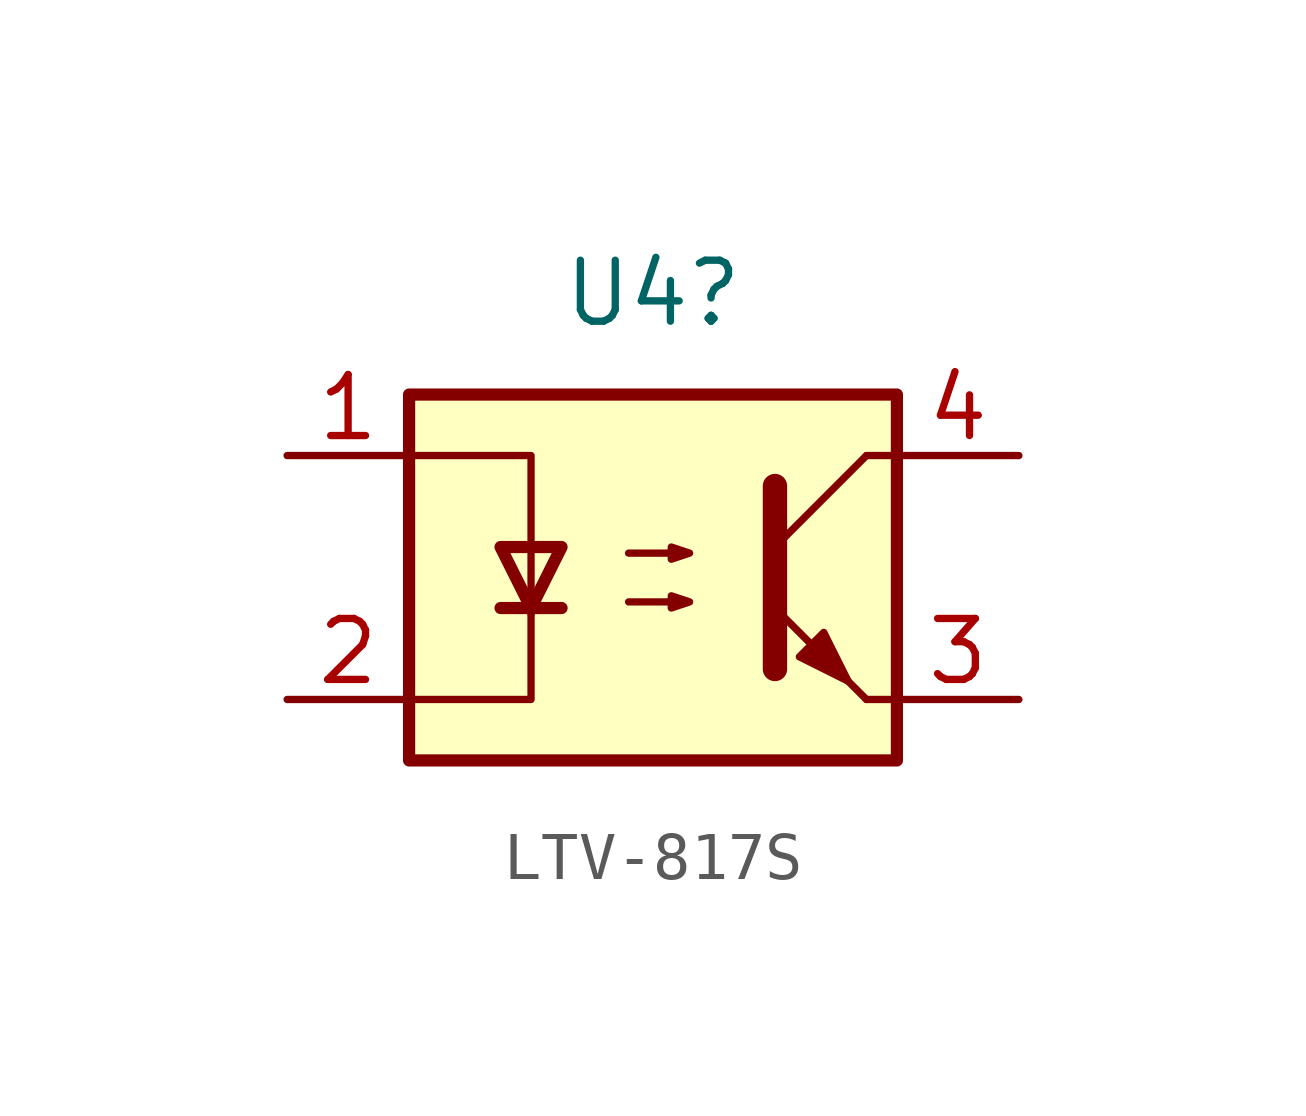
<source format=kicad_sym>
(kicad_symbol_lib
  (version 20211014)
  (generator kicad_symbol_editor)
  (symbol "LTV-817S"
    (pin_names
      (offset 1.016))
    (property "Reference" "U4"
      (at 0 5.918 0)
      (effects (font (size 1.27 1.27))))
    (symbol "LTV-817S_1_1"
      (rectangle (start -5.08 3.81) (end 5.08 -3.81) (stroke (width 0.254) (type default) (color 0 0 0 0)) (fill (type background)))
      (polyline (pts (xy -3.175 -0.635) (xy -1.905 -0.635)) (stroke (width 0.254) (type default) (color 0 0 0 0)) (fill (type none)))
      (polyline (pts (xy 2.54 0.635) (xy 4.445 2.54)) (stroke (width 0) (type default) (color 0 0 0 0)) (fill (type none)))
      (polyline (pts (xy 4.445 -2.54) (xy 2.54 -0.635)) (stroke (width 0) (type default) (color 0 0 0 0)) (fill (type outline)))
      (polyline (pts (xy 4.445 -2.54) (xy 5.08 -2.54)) (stroke (width 0) (type default) (color 0 0 0 0)) (fill (type none)))
      (polyline (pts (xy 4.445 2.54) (xy 5.08 2.54)) (stroke (width 0) (type default) (color 0 0 0 0)) (fill (type none)))
      (polyline (pts (xy -5.08 2.54) (xy -2.54 2.54) (xy -2.54 -0.762)) (stroke (width 0) (type default) (color 0 0 0 0)) (fill (type none)))
      (polyline (pts (xy -2.54 -0.635) (xy -2.54 -2.54) (xy -5.08 -2.54)) (stroke (width 0) (type default) (color 0 0 0 0)) (fill (type none)))
      (polyline (pts (xy 2.54 1.905) (xy 2.54 -1.905) (xy 2.54 -1.905)) (stroke (width 0.508) (type default) (color 0 0 0 0)) (fill (type none)))
      (polyline (pts (xy -2.54 -0.635) (xy -3.175 0.635) (xy -1.905 0.635) (xy -2.54 -0.635)) (stroke (width 0.254) (type default) (color 0 0 0 0)) (fill (type none)))
      (polyline (pts (xy -0.508 -0.508) (xy 0.762 -0.508) (xy 0.381 -0.635) (xy 0.381 -0.381) (xy 0.762 -0.508)) (stroke (width 0) (type default) (color 0 0 0 0)) (fill (type none)))
      (polyline (pts (xy -0.508 0.508) (xy 0.762 0.508) (xy 0.381 0.381) (xy 0.381 0.635) (xy 0.762 0.508)) (stroke (width 0) (type default) (color 0 0 0 0)) (fill (type none)))
      (polyline (pts (xy 3.048 -1.651) (xy 3.556 -1.143) (xy 4.064 -2.159) (xy 3.048 -1.651) (xy 3.048 -1.651)) (stroke (width 0) (type default) (color 0 0 0 0)) (fill (type outline)))
      (pin passive line (at -7.62 2.54 0) (length 2.54) (name "~" (effects (font (size 1.27 1.27)))) (number "1" (effects (font (size 1.27 1.27)))))
      (pin passive line (at -7.62 -2.54 0) (length 2.54) (name "~" (effects (font (size 1.27 1.27)))) (number "2" (effects (font (size 1.27 1.27)))))
      (pin passive line (at 7.62 -2.54 180) (length 2.54) (name "~" (effects (font (size 1.27 1.27)))) (number "3" (effects (font (size 1.27 1.27)))))
      (pin passive line (at 7.62 2.54 180) (length 2.54) (name "~" (effects (font (size 1.27 1.27)))) (number "4" (effects (font (size 1.27 1.27))))))))
</source>
